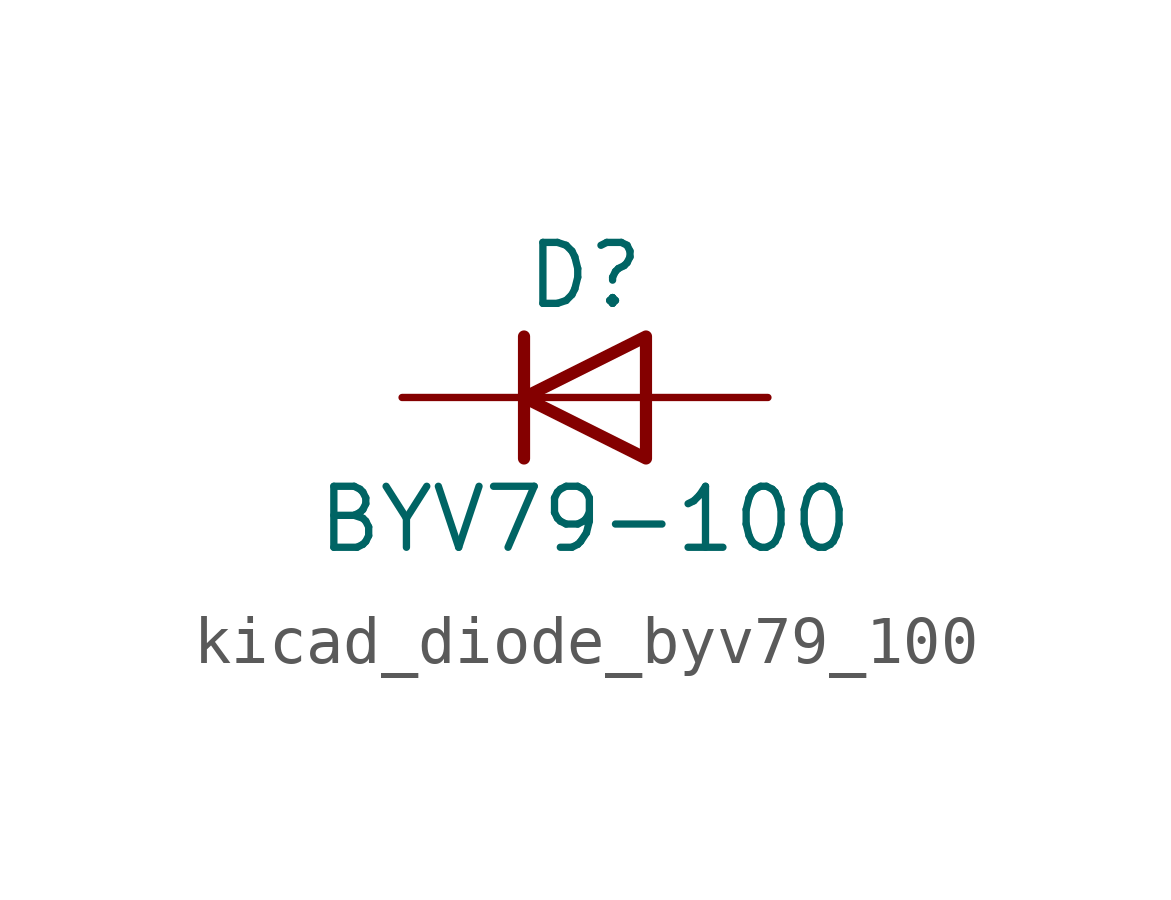
<source format=kicad_sym>
(kicad_symbol_lib
  (version 20220914)
  (generator kicad_symbol_editor)
  (symbol "kicad_diode_byv79_100"
    (pin_numbers hide)
    (pin_names hide)
    (property "Reference" "D"
      (at 0 2.54 0)
      (effects (font (size 1.27 1.27))))
    (property "Value" "BYV79-100"
      (at 0 -2.54 0)
      (effects (font (size 1.27 1.27))))
    (symbol "kicad_diode_byv79_100_0_1"
      (polyline (pts (xy -1.27 1.27) (xy -1.27 -1.27)) (stroke (width 0.254) (type default)) (fill (type none)))
      (polyline (pts (xy 1.27 0) (xy -1.27 0)) (stroke (width 0) (type default)) (fill (type none)))
      (polyline (pts (xy 1.27 1.27) (xy 1.27 -1.27) (xy -1.27 0) (xy 1.27 1.27)) (stroke (width 0.254) (type default)) (fill (type none))))
    (symbol "kicad_diode_byv79_100_1_1"
      (pin passive line (at -3.81 0 0) (length 2.54) (name "K" (effects (font (size 1.27 1.27)))) (number "1" (effects (font (size 1.27 1.27)))))
      (pin passive line (at 3.81 0 180) (length 2.54) (name "A" (effects (font (size 1.27 1.27)))) (number "2" (effects (font (size 1.27 1.27))))))))
</source>
